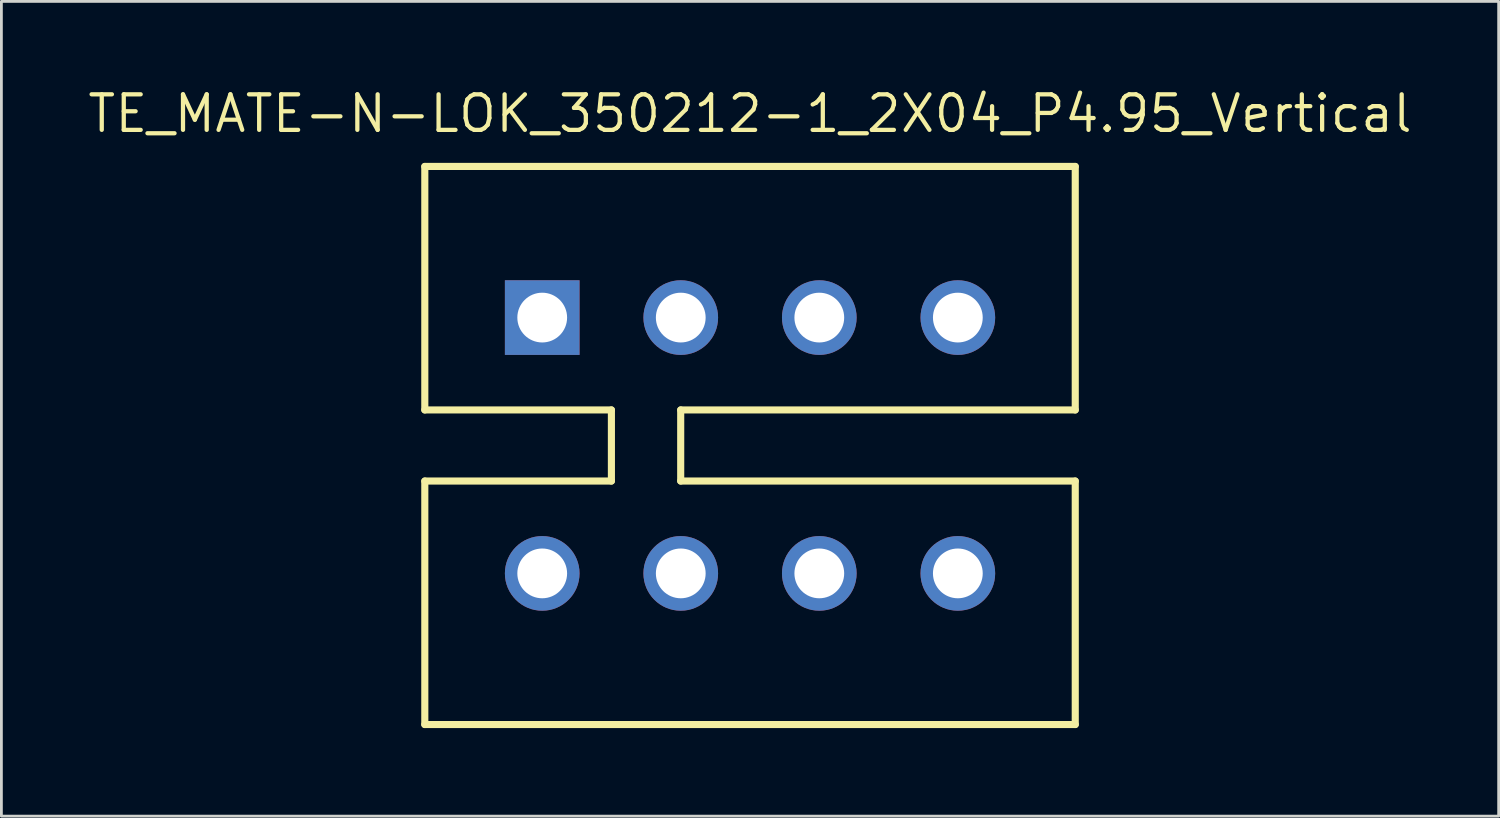
<source format=kicad_pcb>
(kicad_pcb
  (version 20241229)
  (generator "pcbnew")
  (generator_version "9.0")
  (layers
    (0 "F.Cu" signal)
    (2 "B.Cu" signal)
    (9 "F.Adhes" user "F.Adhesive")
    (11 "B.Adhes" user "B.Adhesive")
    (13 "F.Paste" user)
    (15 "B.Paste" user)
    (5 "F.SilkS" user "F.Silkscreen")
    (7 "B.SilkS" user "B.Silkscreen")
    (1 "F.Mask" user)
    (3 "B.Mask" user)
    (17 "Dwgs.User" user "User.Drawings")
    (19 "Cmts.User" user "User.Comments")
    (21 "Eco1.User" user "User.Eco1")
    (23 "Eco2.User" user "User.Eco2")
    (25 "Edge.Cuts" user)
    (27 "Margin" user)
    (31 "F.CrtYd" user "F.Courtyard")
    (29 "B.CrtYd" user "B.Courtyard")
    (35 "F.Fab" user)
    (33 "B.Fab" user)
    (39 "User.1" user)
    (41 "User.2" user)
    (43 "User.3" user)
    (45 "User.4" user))
  (footprint "TE_MATE-N-LOK_350212-1_2X04_P4.95_Vertical"
    (layer "F.Cu")
    (at 23.748 12.867)
    (property "Reference" "TE_MATE-N-LOK_350212-1_2X04_P4.95_Vertical" (at 0 -11.857 0) (layer "F.SilkS") (effects (font (size 1.27 1.27) (thickness 0.152))))
    (attr through_hole)
    (fp_line (start -11.62 -9.97) (end -11.62 -1.27) (stroke (width 0.254) (type solid)) (layer "F.SilkS"))
    (fp_line (start -11.62 -9.97) (end 11.62 -9.97) (stroke (width 0.254) (type solid)) (layer "F.SilkS"))
    (fp_line (start -11.62 -1.27) (end -4.953 -1.27) (stroke (width 0.254) (type solid)) (layer "F.SilkS"))
    (fp_line (start -11.62 9.97) (end -11.62 1.27) (stroke (width 0.254) (type solid)) (layer "F.SilkS"))
    (fp_line (start -4.953 -1.27) (end -4.953 1.27) (stroke (width 0.254) (type solid)) (layer "F.SilkS"))
    (fp_line (start -4.953 1.27) (end -11.62 1.27) (stroke (width 0.254) (type solid)) (layer "F.SilkS"))
    (fp_line (start -2.477 -1.27) (end -2.477 1.27) (stroke (width 0.254) (type solid)) (layer "F.SilkS"))
    (fp_line (start -2.477 1.27) (end 11.62 1.27) (stroke (width 0.254) (type solid)) (layer "F.SilkS"))
    (fp_line (start 11.62 -9.97) (end 11.62 -1.27) (stroke (width 0.254) (type solid)) (layer "F.SilkS"))
    (fp_line (start 11.62 -1.27) (end -2.477 -1.27) (stroke (width 0.254) (type solid)) (layer "F.SilkS"))
    (fp_line (start 11.62 1.27) (end 11.62 9.97) (stroke (width 0.254) (type solid)) (layer "F.SilkS"))
    (fp_line (start 11.62 9.97) (end -11.62 9.97) (stroke (width 0.254) (type solid)) (layer "F.SilkS"))
    (fp_line (start -11.675 -10.218) (end 11.675 -10.218) (stroke (width 0.05) (type solid)) (layer "Eco1.User"))
    (fp_line (start -11.675 10.218) (end -11.675 -10.218) (stroke (width 0.05) (type solid)) (layer "Eco1.User"))
    (fp_line (start 11.675 -10.218) (end 11.675 10.218) (stroke (width 0.05) (type solid)) (layer "Eco1.User"))
    (fp_line (start 11.675 10.218) (end -11.675 10.218) (stroke (width 0.05) (type solid)) (layer "Eco1.User"))
    (fp_line (start -11.425 -9.968) (end 11.425 -9.968) (stroke (width 0.127) (type solid)) (layer "Eco2.User"))
    (fp_line (start -11.425 9.968) (end -11.425 -9.968) (stroke (width 0.127) (type solid)) (layer "Eco2.User"))
    (fp_line (start 11.425 -9.968) (end 11.425 9.968) (stroke (width 0.127) (type solid)) (layer "Eco2.User"))
    (fp_line (start 11.425 9.968) (end -11.425 9.968) (stroke (width 0.127) (type solid)) (layer "Eco2.User"))
    (fp_circle (center -7.425 -10.968) (end -7.325 -10.968) (stroke (width 0.2) (type solid)) (fill no) (layer "Eco2.User"))
    (pad "1" thru_hole rect (at -7.425 -4.57) (size 2.667 2.667) (drill 1.778) (layers "*.Cu" "*.Mask"))
    (pad "2" thru_hole circle (at -7.425 4.57) (size 2.667 2.667) (drill 1.778) (layers "*.Cu" "*.Mask"))
    (pad "3" thru_hole circle (at -2.475 -4.57) (size 2.667 2.667) (drill 1.778) (layers "*.Cu" "*.Mask"))
    (pad "4" thru_hole circle (at -2.475 4.57) (size 2.667 2.667) (drill 1.778) (layers "*.Cu" "*.Mask"))
    (pad "5" thru_hole circle (at 2.475 -4.57) (size 2.667 2.667) (drill 1.778) (layers "*.Cu" "*.Mask"))
    (pad "6" thru_hole circle (at 2.475 4.57) (size 2.667 2.667) (drill 1.778) (layers "*.Cu" "*.Mask"))
    (pad "7" thru_hole circle (at 7.425 -4.57) (size 2.667 2.667) (drill 1.778) (layers "*.Cu" "*.Mask"))
    (pad "8" thru_hole circle (at 7.425 4.57) (size 2.667 2.667) (drill 1.778) (layers "*.Cu" "*.Mask")))
  (gr_rect
    (start -3 -3)
    (end 50.496 26.11)
    (stroke (width 0.1) (type default))
    (fill no)
    (layer "Edge.Cuts")))
</source>
